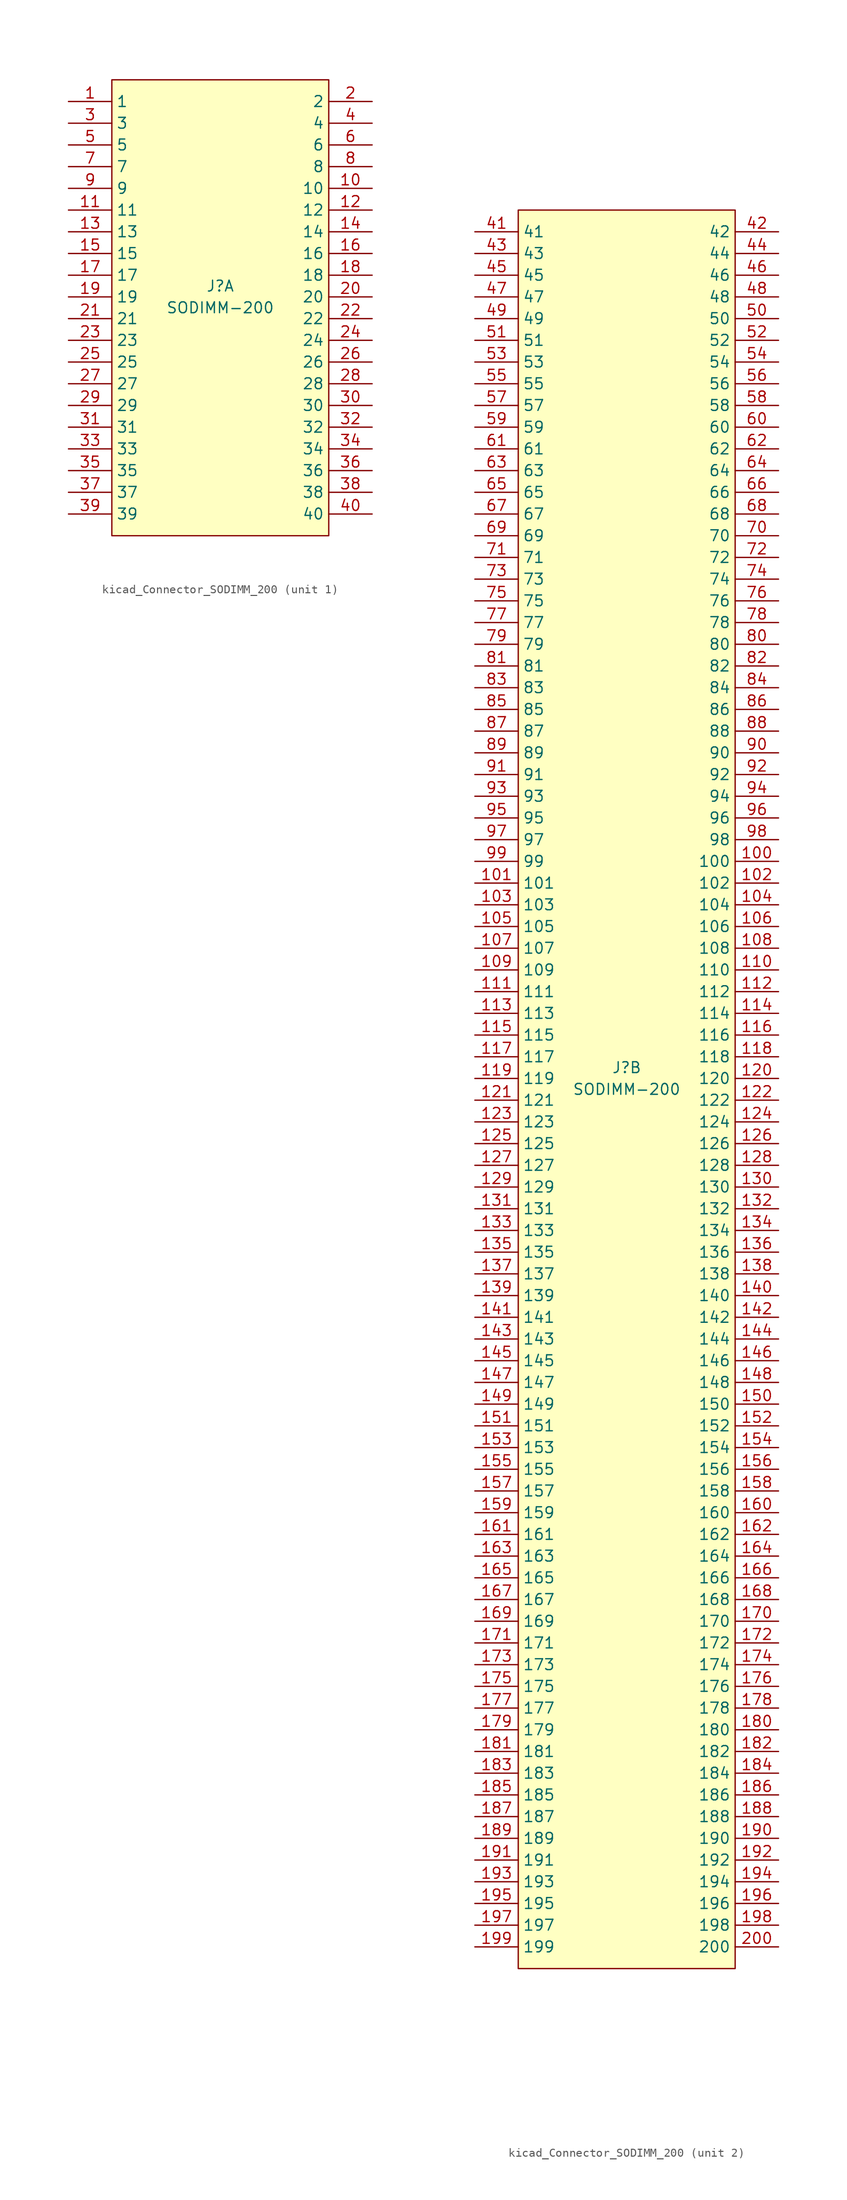
<source format=kicad_sym>
(kicad_symbol_lib
  (version 20220914)
  (generator kicad_symbol_editor)
  (symbol "kicad_Connector_SODIMM_200"
    (property "Reference" "J"
      (at 0 1.27 0)
      (effects (font (size 1.27 1.27))))
    (property "Value" "SODIMM-200"
      (at 0 -1.27 0)
      (effects (font (size 1.27 1.27))))
    (property "ki_locked" ""
      (at 0 0 0)
      (effects (font (size 1.27 1.27))))
    (symbol "kicad_Connector_SODIMM_200_1_1"
      (rectangle (start -12.7 25.4) (end 12.7 -27.94) (stroke (width 0) (type default)) (fill (type background)))
      (pin passive line (at -17.78 22.86 0) (length 5.08) (name "1" (effects (font (size 1.27 1.27)))) (number "1" (effects (font (size 1.27 1.27)))))
      (pin passive line (at 17.78 12.7 180) (length 5.08) (name "10" (effects (font (size 1.27 1.27)))) (number "10" (effects (font (size 1.27 1.27)))))
      (pin passive line (at -17.78 10.16 0) (length 5.08) (name "11" (effects (font (size 1.27 1.27)))) (number "11" (effects (font (size 1.27 1.27)))))
      (pin passive line (at 17.78 10.16 180) (length 5.08) (name "12" (effects (font (size 1.27 1.27)))) (number "12" (effects (font (size 1.27 1.27)))))
      (pin passive line (at -17.78 7.62 0) (length 5.08) (name "13" (effects (font (size 1.27 1.27)))) (number "13" (effects (font (size 1.27 1.27)))))
      (pin passive line (at 17.78 7.62 180) (length 5.08) (name "14" (effects (font (size 1.27 1.27)))) (number "14" (effects (font (size 1.27 1.27)))))
      (pin passive line (at -17.78 5.08 0) (length 5.08) (name "15" (effects (font (size 1.27 1.27)))) (number "15" (effects (font (size 1.27 1.27)))))
      (pin passive line (at 17.78 5.08 180) (length 5.08) (name "16" (effects (font (size 1.27 1.27)))) (number "16" (effects (font (size 1.27 1.27)))))
      (pin passive line (at -17.78 2.54 0) (length 5.08) (name "17" (effects (font (size 1.27 1.27)))) (number "17" (effects (font (size 1.27 1.27)))))
      (pin passive line (at 17.78 2.54 180) (length 5.08) (name "18" (effects (font (size 1.27 1.27)))) (number "18" (effects (font (size 1.27 1.27)))))
      (pin passive line (at -17.78 0 0) (length 5.08) (name "19" (effects (font (size 1.27 1.27)))) (number "19" (effects (font (size 1.27 1.27)))))
      (pin passive line (at 17.78 22.86 180) (length 5.08) (name "2" (effects (font (size 1.27 1.27)))) (number "2" (effects (font (size 1.27 1.27)))))
      (pin passive line (at 17.78 0 180) (length 5.08) (name "20" (effects (font (size 1.27 1.27)))) (number "20" (effects (font (size 1.27 1.27)))))
      (pin passive line (at -17.78 -2.54 0) (length 5.08) (name "21" (effects (font (size 1.27 1.27)))) (number "21" (effects (font (size 1.27 1.27)))))
      (pin passive line (at 17.78 -2.54 180) (length 5.08) (name "22" (effects (font (size 1.27 1.27)))) (number "22" (effects (font (size 1.27 1.27)))))
      (pin passive line (at -17.78 -5.08 0) (length 5.08) (name "23" (effects (font (size 1.27 1.27)))) (number "23" (effects (font (size 1.27 1.27)))))
      (pin passive line (at 17.78 -5.08 180) (length 5.08) (name "24" (effects (font (size 1.27 1.27)))) (number "24" (effects (font (size 1.27 1.27)))))
      (pin passive line (at -17.78 -7.62 0) (length 5.08) (name "25" (effects (font (size 1.27 1.27)))) (number "25" (effects (font (size 1.27 1.27)))))
      (pin passive line (at 17.78 -7.62 180) (length 5.08) (name "26" (effects (font (size 1.27 1.27)))) (number "26" (effects (font (size 1.27 1.27)))))
      (pin passive line (at -17.78 -10.16 0) (length 5.08) (name "27" (effects (font (size 1.27 1.27)))) (number "27" (effects (font (size 1.27 1.27)))))
      (pin passive line (at 17.78 -10.16 180) (length 5.08) (name "28" (effects (font (size 1.27 1.27)))) (number "28" (effects (font (size 1.27 1.27)))))
      (pin passive line (at -17.78 -12.7 0) (length 5.08) (name "29" (effects (font (size 1.27 1.27)))) (number "29" (effects (font (size 1.27 1.27)))))
      (pin passive line (at -17.78 20.32 0) (length 5.08) (name "3" (effects (font (size 1.27 1.27)))) (number "3" (effects (font (size 1.27 1.27)))))
      (pin passive line (at 17.78 -12.7 180) (length 5.08) (name "30" (effects (font (size 1.27 1.27)))) (number "30" (effects (font (size 1.27 1.27)))))
      (pin passive line (at -17.78 -15.24 0) (length 5.08) (name "31" (effects (font (size 1.27 1.27)))) (number "31" (effects (font (size 1.27 1.27)))))
      (pin passive line (at 17.78 -15.24 180) (length 5.08) (name "32" (effects (font (size 1.27 1.27)))) (number "32" (effects (font (size 1.27 1.27)))))
      (pin passive line (at -17.78 -17.78 0) (length 5.08) (name "33" (effects (font (size 1.27 1.27)))) (number "33" (effects (font (size 1.27 1.27)))))
      (pin passive line (at 17.78 -17.78 180) (length 5.08) (name "34" (effects (font (size 1.27 1.27)))) (number "34" (effects (font (size 1.27 1.27)))))
      (pin passive line (at -17.78 -20.32 0) (length 5.08) (name "35" (effects (font (size 1.27 1.27)))) (number "35" (effects (font (size 1.27 1.27)))))
      (pin passive line (at 17.78 -20.32 180) (length 5.08) (name "36" (effects (font (size 1.27 1.27)))) (number "36" (effects (font (size 1.27 1.27)))))
      (pin passive line (at -17.78 -22.86 0) (length 5.08) (name "37" (effects (font (size 1.27 1.27)))) (number "37" (effects (font (size 1.27 1.27)))))
      (pin passive line (at 17.78 -22.86 180) (length 5.08) (name "38" (effects (font (size 1.27 1.27)))) (number "38" (effects (font (size 1.27 1.27)))))
      (pin passive line (at -17.78 -25.4 0) (length 5.08) (name "39" (effects (font (size 1.27 1.27)))) (number "39" (effects (font (size 1.27 1.27)))))
      (pin passive line (at 17.78 20.32 180) (length 5.08) (name "4" (effects (font (size 1.27 1.27)))) (number "4" (effects (font (size 1.27 1.27)))))
      (pin passive line (at 17.78 -25.4 180) (length 5.08) (name "40" (effects (font (size 1.27 1.27)))) (number "40" (effects (font (size 1.27 1.27)))))
      (pin passive line (at -17.78 17.78 0) (length 5.08) (name "5" (effects (font (size 1.27 1.27)))) (number "5" (effects (font (size 1.27 1.27)))))
      (pin passive line (at 17.78 17.78 180) (length 5.08) (name "6" (effects (font (size 1.27 1.27)))) (number "6" (effects (font (size 1.27 1.27)))))
      (pin passive line (at -17.78 15.24 0) (length 5.08) (name "7" (effects (font (size 1.27 1.27)))) (number "7" (effects (font (size 1.27 1.27)))))
      (pin passive line (at 17.78 15.24 180) (length 5.08) (name "8" (effects (font (size 1.27 1.27)))) (number "8" (effects (font (size 1.27 1.27)))))
      (pin passive line (at -17.78 12.7 0) (length 5.08) (name "9" (effects (font (size 1.27 1.27)))) (number "9" (effects (font (size 1.27 1.27))))))
    (symbol "kicad_Connector_SODIMM_200_2_1"
      (rectangle (start -12.7 -104.14) (end 12.7 101.6) (stroke (width 0) (type default)) (fill (type background)))
      (pin passive line (at 17.78 25.4 180) (length 5.08) (name "100" (effects (font (size 1.27 1.27)))) (number "100" (effects (font (size 1.27 1.27)))))
      (pin passive line (at -17.78 22.86 0) (length 5.08) (name "101" (effects (font (size 1.27 1.27)))) (number "101" (effects (font (size 1.27 1.27)))))
      (pin passive line (at 17.78 22.86 180) (length 5.08) (name "102" (effects (font (size 1.27 1.27)))) (number "102" (effects (font (size 1.27 1.27)))))
      (pin passive line (at -17.78 20.32 0) (length 5.08) (name "103" (effects (font (size 1.27 1.27)))) (number "103" (effects (font (size 1.27 1.27)))))
      (pin passive line (at 17.78 20.32 180) (length 5.08) (name "104" (effects (font (size 1.27 1.27)))) (number "104" (effects (font (size 1.27 1.27)))))
      (pin passive line (at -17.78 17.78 0) (length 5.08) (name "105" (effects (font (size 1.27 1.27)))) (number "105" (effects (font (size 1.27 1.27)))))
      (pin passive line (at 17.78 17.78 180) (length 5.08) (name "106" (effects (font (size 1.27 1.27)))) (number "106" (effects (font (size 1.27 1.27)))))
      (pin passive line (at -17.78 15.24 0) (length 5.08) (name "107" (effects (font (size 1.27 1.27)))) (number "107" (effects (font (size 1.27 1.27)))))
      (pin passive line (at 17.78 15.24 180) (length 5.08) (name "108" (effects (font (size 1.27 1.27)))) (number "108" (effects (font (size 1.27 1.27)))))
      (pin passive line (at -17.78 12.7 0) (length 5.08) (name "109" (effects (font (size 1.27 1.27)))) (number "109" (effects (font (size 1.27 1.27)))))
      (pin passive line (at 17.78 12.7 180) (length 5.08) (name "110" (effects (font (size 1.27 1.27)))) (number "110" (effects (font (size 1.27 1.27)))))
      (pin passive line (at -17.78 10.16 0) (length 5.08) (name "111" (effects (font (size 1.27 1.27)))) (number "111" (effects (font (size 1.27 1.27)))))
      (pin passive line (at 17.78 10.16 180) (length 5.08) (name "112" (effects (font (size 1.27 1.27)))) (number "112" (effects (font (size 1.27 1.27)))))
      (pin passive line (at -17.78 7.62 0) (length 5.08) (name "113" (effects (font (size 1.27 1.27)))) (number "113" (effects (font (size 1.27 1.27)))))
      (pin passive line (at 17.78 7.62 180) (length 5.08) (name "114" (effects (font (size 1.27 1.27)))) (number "114" (effects (font (size 1.27 1.27)))))
      (pin passive line (at -17.78 5.08 0) (length 5.08) (name "115" (effects (font (size 1.27 1.27)))) (number "115" (effects (font (size 1.27 1.27)))))
      (pin passive line (at 17.78 5.08 180) (length 5.08) (name "116" (effects (font (size 1.27 1.27)))) (number "116" (effects (font (size 1.27 1.27)))))
      (pin passive line (at -17.78 2.54 0) (length 5.08) (name "117" (effects (font (size 1.27 1.27)))) (number "117" (effects (font (size 1.27 1.27)))))
      (pin passive line (at 17.78 2.54 180) (length 5.08) (name "118" (effects (font (size 1.27 1.27)))) (number "118" (effects (font (size 1.27 1.27)))))
      (pin passive line (at -17.78 0 0) (length 5.08) (name "119" (effects (font (size 1.27 1.27)))) (number "119" (effects (font (size 1.27 1.27)))))
      (pin passive line (at 17.78 0 180) (length 5.08) (name "120" (effects (font (size 1.27 1.27)))) (number "120" (effects (font (size 1.27 1.27)))))
      (pin passive line (at -17.78 -2.54 0) (length 5.08) (name "121" (effects (font (size 1.27 1.27)))) (number "121" (effects (font (size 1.27 1.27)))))
      (pin passive line (at 17.78 -2.54 180) (length 5.08) (name "122" (effects (font (size 1.27 1.27)))) (number "122" (effects (font (size 1.27 1.27)))))
      (pin passive line (at -17.78 -5.08 0) (length 5.08) (name "123" (effects (font (size 1.27 1.27)))) (number "123" (effects (font (size 1.27 1.27)))))
      (pin passive line (at 17.78 -5.08 180) (length 5.08) (name "124" (effects (font (size 1.27 1.27)))) (number "124" (effects (font (size 1.27 1.27)))))
      (pin passive line (at -17.78 -7.62 0) (length 5.08) (name "125" (effects (font (size 1.27 1.27)))) (number "125" (effects (font (size 1.27 1.27)))))
      (pin passive line (at 17.78 -7.62 180) (length 5.08) (name "126" (effects (font (size 1.27 1.27)))) (number "126" (effects (font (size 1.27 1.27)))))
      (pin passive line (at -17.78 -10.16 0) (length 5.08) (name "127" (effects (font (size 1.27 1.27)))) (number "127" (effects (font (size 1.27 1.27)))))
      (pin passive line (at 17.78 -10.16 180) (length 5.08) (name "128" (effects (font (size 1.27 1.27)))) (number "128" (effects (font (size 1.27 1.27)))))
      (pin passive line (at -17.78 -12.7 0) (length 5.08) (name "129" (effects (font (size 1.27 1.27)))) (number "129" (effects (font (size 1.27 1.27)))))
      (pin passive line (at 17.78 -12.7 180) (length 5.08) (name "130" (effects (font (size 1.27 1.27)))) (number "130" (effects (font (size 1.27 1.27)))))
      (pin passive line (at -17.78 -15.24 0) (length 5.08) (name "131" (effects (font (size 1.27 1.27)))) (number "131" (effects (font (size 1.27 1.27)))))
      (pin passive line (at 17.78 -15.24 180) (length 5.08) (name "132" (effects (font (size 1.27 1.27)))) (number "132" (effects (font (size 1.27 1.27)))))
      (pin passive line (at -17.78 -17.78 0) (length 5.08) (name "133" (effects (font (size 1.27 1.27)))) (number "133" (effects (font (size 1.27 1.27)))))
      (pin passive line (at 17.78 -17.78 180) (length 5.08) (name "134" (effects (font (size 1.27 1.27)))) (number "134" (effects (font (size 1.27 1.27)))))
      (pin passive line (at -17.78 -20.32 0) (length 5.08) (name "135" (effects (font (size 1.27 1.27)))) (number "135" (effects (font (size 1.27 1.27)))))
      (pin passive line (at 17.78 -20.32 180) (length 5.08) (name "136" (effects (font (size 1.27 1.27)))) (number "136" (effects (font (size 1.27 1.27)))))
      (pin passive line (at -17.78 -22.86 0) (length 5.08) (name "137" (effects (font (size 1.27 1.27)))) (number "137" (effects (font (size 1.27 1.27)))))
      (pin passive line (at 17.78 -22.86 180) (length 5.08) (name "138" (effects (font (size 1.27 1.27)))) (number "138" (effects (font (size 1.27 1.27)))))
      (pin passive line (at -17.78 -25.4 0) (length 5.08) (name "139" (effects (font (size 1.27 1.27)))) (number "139" (effects (font (size 1.27 1.27)))))
      (pin passive line (at 17.78 -25.4 180) (length 5.08) (name "140" (effects (font (size 1.27 1.27)))) (number "140" (effects (font (size 1.27 1.27)))))
      (pin passive line (at -17.78 -27.94 0) (length 5.08) (name "141" (effects (font (size 1.27 1.27)))) (number "141" (effects (font (size 1.27 1.27)))))
      (pin passive line (at 17.78 -27.94 180) (length 5.08) (name "142" (effects (font (size 1.27 1.27)))) (number "142" (effects (font (size 1.27 1.27)))))
      (pin passive line (at -17.78 -30.48 0) (length 5.08) (name "143" (effects (font (size 1.27 1.27)))) (number "143" (effects (font (size 1.27 1.27)))))
      (pin passive line (at 17.78 -30.48 180) (length 5.08) (name "144" (effects (font (size 1.27 1.27)))) (number "144" (effects (font (size 1.27 1.27)))))
      (pin passive line (at -17.78 -33.02 0) (length 5.08) (name "145" (effects (font (size 1.27 1.27)))) (number "145" (effects (font (size 1.27 1.27)))))
      (pin passive line (at 17.78 -33.02 180) (length 5.08) (name "146" (effects (font (size 1.27 1.27)))) (number "146" (effects (font (size 1.27 1.27)))))
      (pin passive line (at -17.78 -35.56 0) (length 5.08) (name "147" (effects (font (size 1.27 1.27)))) (number "147" (effects (font (size 1.27 1.27)))))
      (pin passive line (at 17.78 -35.56 180) (length 5.08) (name "148" (effects (font (size 1.27 1.27)))) (number "148" (effects (font (size 1.27 1.27)))))
      (pin passive line (at -17.78 -38.1 0) (length 5.08) (name "149" (effects (font (size 1.27 1.27)))) (number "149" (effects (font (size 1.27 1.27)))))
      (pin passive line (at 17.78 -38.1 180) (length 5.08) (name "150" (effects (font (size 1.27 1.27)))) (number "150" (effects (font (size 1.27 1.27)))))
      (pin passive line (at -17.78 -40.64 0) (length 5.08) (name "151" (effects (font (size 1.27 1.27)))) (number "151" (effects (font (size 1.27 1.27)))))
      (pin passive line (at 17.78 -40.64 180) (length 5.08) (name "152" (effects (font (size 1.27 1.27)))) (number "152" (effects (font (size 1.27 1.27)))))
      (pin passive line (at -17.78 -43.18 0) (length 5.08) (name "153" (effects (font (size 1.27 1.27)))) (number "153" (effects (font (size 1.27 1.27)))))
      (pin passive line (at 17.78 -43.18 180) (length 5.08) (name "154" (effects (font (size 1.27 1.27)))) (number "154" (effects (font (size 1.27 1.27)))))
      (pin passive line (at -17.78 -45.72 0) (length 5.08) (name "155" (effects (font (size 1.27 1.27)))) (number "155" (effects (font (size 1.27 1.27)))))
      (pin passive line (at 17.78 -45.72 180) (length 5.08) (name "156" (effects (font (size 1.27 1.27)))) (number "156" (effects (font (size 1.27 1.27)))))
      (pin passive line (at -17.78 -48.26 0) (length 5.08) (name "157" (effects (font (size 1.27 1.27)))) (number "157" (effects (font (size 1.27 1.27)))))
      (pin passive line (at 17.78 -48.26 180) (length 5.08) (name "158" (effects (font (size 1.27 1.27)))) (number "158" (effects (font (size 1.27 1.27)))))
      (pin passive line (at -17.78 -50.8 0) (length 5.08) (name "159" (effects (font (size 1.27 1.27)))) (number "159" (effects (font (size 1.27 1.27)))))
      (pin passive line (at 17.78 -50.8 180) (length 5.08) (name "160" (effects (font (size 1.27 1.27)))) (number "160" (effects (font (size 1.27 1.27)))))
      (pin passive line (at -17.78 -53.34 0) (length 5.08) (name "161" (effects (font (size 1.27 1.27)))) (number "161" (effects (font (size 1.27 1.27)))))
      (pin passive line (at 17.78 -53.34 180) (length 5.08) (name "162" (effects (font (size 1.27 1.27)))) (number "162" (effects (font (size 1.27 1.27)))))
      (pin passive line (at -17.78 -55.88 0) (length 5.08) (name "163" (effects (font (size 1.27 1.27)))) (number "163" (effects (font (size 1.27 1.27)))))
      (pin passive line (at 17.78 -55.88 180) (length 5.08) (name "164" (effects (font (size 1.27 1.27)))) (number "164" (effects (font (size 1.27 1.27)))))
      (pin passive line (at -17.78 -58.42 0) (length 5.08) (name "165" (effects (font (size 1.27 1.27)))) (number "165" (effects (font (size 1.27 1.27)))))
      (pin passive line (at 17.78 -58.42 180) (length 5.08) (name "166" (effects (font (size 1.27 1.27)))) (number "166" (effects (font (size 1.27 1.27)))))
      (pin passive line (at -17.78 -60.96 0) (length 5.08) (name "167" (effects (font (size 1.27 1.27)))) (number "167" (effects (font (size 1.27 1.27)))))
      (pin passive line (at 17.78 -60.96 180) (length 5.08) (name "168" (effects (font (size 1.27 1.27)))) (number "168" (effects (font (size 1.27 1.27)))))
      (pin passive line (at -17.78 -63.5 0) (length 5.08) (name "169" (effects (font (size 1.27 1.27)))) (number "169" (effects (font (size 1.27 1.27)))))
      (pin passive line (at 17.78 -63.5 180) (length 5.08) (name "170" (effects (font (size 1.27 1.27)))) (number "170" (effects (font (size 1.27 1.27)))))
      (pin passive line (at -17.78 -66.04 0) (length 5.08) (name "171" (effects (font (size 1.27 1.27)))) (number "171" (effects (font (size 1.27 1.27)))))
      (pin passive line (at 17.78 -66.04 180) (length 5.08) (name "172" (effects (font (size 1.27 1.27)))) (number "172" (effects (font (size 1.27 1.27)))))
      (pin passive line (at -17.78 -68.58 0) (length 5.08) (name "173" (effects (font (size 1.27 1.27)))) (number "173" (effects (font (size 1.27 1.27)))))
      (pin passive line (at 17.78 -68.58 180) (length 5.08) (name "174" (effects (font (size 1.27 1.27)))) (number "174" (effects (font (size 1.27 1.27)))))
      (pin passive line (at -17.78 -71.12 0) (length 5.08) (name "175" (effects (font (size 1.27 1.27)))) (number "175" (effects (font (size 1.27 1.27)))))
      (pin passive line (at 17.78 -71.12 180) (length 5.08) (name "176" (effects (font (size 1.27 1.27)))) (number "176" (effects (font (size 1.27 1.27)))))
      (pin passive line (at -17.78 -73.66 0) (length 5.08) (name "177" (effects (font (size 1.27 1.27)))) (number "177" (effects (font (size 1.27 1.27)))))
      (pin passive line (at 17.78 -73.66 180) (length 5.08) (name "178" (effects (font (size 1.27 1.27)))) (number "178" (effects (font (size 1.27 1.27)))))
      (pin passive line (at -17.78 -76.2 0) (length 5.08) (name "179" (effects (font (size 1.27 1.27)))) (number "179" (effects (font (size 1.27 1.27)))))
      (pin passive line (at 17.78 -76.2 180) (length 5.08) (name "180" (effects (font (size 1.27 1.27)))) (number "180" (effects (font (size 1.27 1.27)))))
      (pin passive line (at -17.78 -78.74 0) (length 5.08) (name "181" (effects (font (size 1.27 1.27)))) (number "181" (effects (font (size 1.27 1.27)))))
      (pin passive line (at 17.78 -78.74 180) (length 5.08) (name "182" (effects (font (size 1.27 1.27)))) (number "182" (effects (font (size 1.27 1.27)))))
      (pin passive line (at -17.78 -81.28 0) (length 5.08) (name "183" (effects (font (size 1.27 1.27)))) (number "183" (effects (font (size 1.27 1.27)))))
      (pin passive line (at 17.78 -81.28 180) (length 5.08) (name "184" (effects (font (size 1.27 1.27)))) (number "184" (effects (font (size 1.27 1.27)))))
      (pin passive line (at -17.78 -83.82 0) (length 5.08) (name "185" (effects (font (size 1.27 1.27)))) (number "185" (effects (font (size 1.27 1.27)))))
      (pin passive line (at 17.78 -83.82 180) (length 5.08) (name "186" (effects (font (size 1.27 1.27)))) (number "186" (effects (font (size 1.27 1.27)))))
      (pin passive line (at -17.78 -86.36 0) (length 5.08) (name "187" (effects (font (size 1.27 1.27)))) (number "187" (effects (font (size 1.27 1.27)))))
      (pin passive line (at 17.78 -86.36 180) (length 5.08) (name "188" (effects (font (size 1.27 1.27)))) (number "188" (effects (font (size 1.27 1.27)))))
      (pin passive line (at -17.78 -88.9 0) (length 5.08) (name "189" (effects (font (size 1.27 1.27)))) (number "189" (effects (font (size 1.27 1.27)))))
      (pin passive line (at 17.78 -88.9 180) (length 5.08) (name "190" (effects (font (size 1.27 1.27)))) (number "190" (effects (font (size 1.27 1.27)))))
      (pin passive line (at -17.78 -91.44 0) (length 5.08) (name "191" (effects (font (size 1.27 1.27)))) (number "191" (effects (font (size 1.27 1.27)))))
      (pin passive line (at 17.78 -91.44 180) (length 5.08) (name "192" (effects (font (size 1.27 1.27)))) (number "192" (effects (font (size 1.27 1.27)))))
      (pin passive line (at -17.78 -93.98 0) (length 5.08) (name "193" (effects (font (size 1.27 1.27)))) (number "193" (effects (font (size 1.27 1.27)))))
      (pin passive line (at 17.78 -93.98 180) (length 5.08) (name "194" (effects (font (size 1.27 1.27)))) (number "194" (effects (font (size 1.27 1.27)))))
      (pin passive line (at -17.78 -96.52 0) (length 5.08) (name "195" (effects (font (size 1.27 1.27)))) (number "195" (effects (font (size 1.27 1.27)))))
      (pin passive line (at 17.78 -96.52 180) (length 5.08) (name "196" (effects (font (size 1.27 1.27)))) (number "196" (effects (font (size 1.27 1.27)))))
      (pin passive line (at -17.78 -99.06 0) (length 5.08) (name "197" (effects (font (size 1.27 1.27)))) (number "197" (effects (font (size 1.27 1.27)))))
      (pin passive line (at 17.78 -99.06 180) (length 5.08) (name "198" (effects (font (size 1.27 1.27)))) (number "198" (effects (font (size 1.27 1.27)))))
      (pin passive line (at -17.78 -101.6 0) (length 5.08) (name "199" (effects (font (size 1.27 1.27)))) (number "199" (effects (font (size 1.27 1.27)))))
      (pin passive line (at 17.78 -101.6 180) (length 5.08) (name "200" (effects (font (size 1.27 1.27)))) (number "200" (effects (font (size 1.27 1.27)))))
      (pin passive line (at -17.78 99.06 0) (length 5.08) (name "41" (effects (font (size 1.27 1.27)))) (number "41" (effects (font (size 1.27 1.27)))))
      (pin passive line (at 17.78 99.06 180) (length 5.08) (name "42" (effects (font (size 1.27 1.27)))) (number "42" (effects (font (size 1.27 1.27)))))
      (pin passive line (at -17.78 96.52 0) (length 5.08) (name "43" (effects (font (size 1.27 1.27)))) (number "43" (effects (font (size 1.27 1.27)))))
      (pin passive line (at 17.78 96.52 180) (length 5.08) (name "44" (effects (font (size 1.27 1.27)))) (number "44" (effects (font (size 1.27 1.27)))))
      (pin passive line (at -17.78 93.98 0) (length 5.08) (name "45" (effects (font (size 1.27 1.27)))) (number "45" (effects (font (size 1.27 1.27)))))
      (pin passive line (at 17.78 93.98 180) (length 5.08) (name "46" (effects (font (size 1.27 1.27)))) (number "46" (effects (font (size 1.27 1.27)))))
      (pin passive line (at -17.78 91.44 0) (length 5.08) (name "47" (effects (font (size 1.27 1.27)))) (number "47" (effects (font (size 1.27 1.27)))))
      (pin passive line (at 17.78 91.44 180) (length 5.08) (name "48" (effects (font (size 1.27 1.27)))) (number "48" (effects (font (size 1.27 1.27)))))
      (pin passive line (at -17.78 88.9 0) (length 5.08) (name "49" (effects (font (size 1.27 1.27)))) (number "49" (effects (font (size 1.27 1.27)))))
      (pin passive line (at 17.78 88.9 180) (length 5.08) (name "50" (effects (font (size 1.27 1.27)))) (number "50" (effects (font (size 1.27 1.27)))))
      (pin passive line (at -17.78 86.36 0) (length 5.08) (name "51" (effects (font (size 1.27 1.27)))) (number "51" (effects (font (size 1.27 1.27)))))
      (pin passive line (at 17.78 86.36 180) (length 5.08) (name "52" (effects (font (size 1.27 1.27)))) (number "52" (effects (font (size 1.27 1.27)))))
      (pin passive line (at -17.78 83.82 0) (length 5.08) (name "53" (effects (font (size 1.27 1.27)))) (number "53" (effects (font (size 1.27 1.27)))))
      (pin passive line (at 17.78 83.82 180) (length 5.08) (name "54" (effects (font (size 1.27 1.27)))) (number "54" (effects (font (size 1.27 1.27)))))
      (pin passive line (at -17.78 81.28 0) (length 5.08) (name "55" (effects (font (size 1.27 1.27)))) (number "55" (effects (font (size 1.27 1.27)))))
      (pin passive line (at 17.78 81.28 180) (length 5.08) (name "56" (effects (font (size 1.27 1.27)))) (number "56" (effects (font (size 1.27 1.27)))))
      (pin passive line (at -17.78 78.74 0) (length 5.08) (name "57" (effects (font (size 1.27 1.27)))) (number "57" (effects (font (size 1.27 1.27)))))
      (pin passive line (at 17.78 78.74 180) (length 5.08) (name "58" (effects (font (size 1.27 1.27)))) (number "58" (effects (font (size 1.27 1.27)))))
      (pin passive line (at -17.78 76.2 0) (length 5.08) (name "59" (effects (font (size 1.27 1.27)))) (number "59" (effects (font (size 1.27 1.27)))))
      (pin passive line (at 17.78 76.2 180) (length 5.08) (name "60" (effects (font (size 1.27 1.27)))) (number "60" (effects (font (size 1.27 1.27)))))
      (pin passive line (at -17.78 73.66 0) (length 5.08) (name "61" (effects (font (size 1.27 1.27)))) (number "61" (effects (font (size 1.27 1.27)))))
      (pin passive line (at 17.78 73.66 180) (length 5.08) (name "62" (effects (font (size 1.27 1.27)))) (number "62" (effects (font (size 1.27 1.27)))))
      (pin passive line (at -17.78 71.12 0) (length 5.08) (name "63" (effects (font (size 1.27 1.27)))) (number "63" (effects (font (size 1.27 1.27)))))
      (pin passive line (at 17.78 71.12 180) (length 5.08) (name "64" (effects (font (size 1.27 1.27)))) (number "64" (effects (font (size 1.27 1.27)))))
      (pin passive line (at -17.78 68.58 0) (length 5.08) (name "65" (effects (font (size 1.27 1.27)))) (number "65" (effects (font (size 1.27 1.27)))))
      (pin passive line (at 17.78 68.58 180) (length 5.08) (name "66" (effects (font (size 1.27 1.27)))) (number "66" (effects (font (size 1.27 1.27)))))
      (pin passive line (at -17.78 66.04 0) (length 5.08) (name "67" (effects (font (size 1.27 1.27)))) (number "67" (effects (font (size 1.27 1.27)))))
      (pin passive line (at 17.78 66.04 180) (length 5.08) (name "68" (effects (font (size 1.27 1.27)))) (number "68" (effects (font (size 1.27 1.27)))))
      (pin passive line (at -17.78 63.5 0) (length 5.08) (name "69" (effects (font (size 1.27 1.27)))) (number "69" (effects (font (size 1.27 1.27)))))
      (pin passive line (at 17.78 63.5 180) (length 5.08) (name "70" (effects (font (size 1.27 1.27)))) (number "70" (effects (font (size 1.27 1.27)))))
      (pin passive line (at -17.78 60.96 0) (length 5.08) (name "71" (effects (font (size 1.27 1.27)))) (number "71" (effects (font (size 1.27 1.27)))))
      (pin passive line (at 17.78 60.96 180) (length 5.08) (name "72" (effects (font (size 1.27 1.27)))) (number "72" (effects (font (size 1.27 1.27)))))
      (pin passive line (at -17.78 58.42 0) (length 5.08) (name "73" (effects (font (size 1.27 1.27)))) (number "73" (effects (font (size 1.27 1.27)))))
      (pin passive line (at 17.78 58.42 180) (length 5.08) (name "74" (effects (font (size 1.27 1.27)))) (number "74" (effects (font (size 1.27 1.27)))))
      (pin passive line (at -17.78 55.88 0) (length 5.08) (name "75" (effects (font (size 1.27 1.27)))) (number "75" (effects (font (size 1.27 1.27)))))
      (pin passive line (at 17.78 55.88 180) (length 5.08) (name "76" (effects (font (size 1.27 1.27)))) (number "76" (effects (font (size 1.27 1.27)))))
      (pin passive line (at -17.78 53.34 0) (length 5.08) (name "77" (effects (font (size 1.27 1.27)))) (number "77" (effects (font (size 1.27 1.27)))))
      (pin passive line (at 17.78 53.34 180) (length 5.08) (name "78" (effects (font (size 1.27 1.27)))) (number "78" (effects (font (size 1.27 1.27)))))
      (pin passive line (at -17.78 50.8 0) (length 5.08) (name "79" (effects (font (size 1.27 1.27)))) (number "79" (effects (font (size 1.27 1.27)))))
      (pin passive line (at 17.78 50.8 180) (length 5.08) (name "80" (effects (font (size 1.27 1.27)))) (number "80" (effects (font (size 1.27 1.27)))))
      (pin passive line (at -17.78 48.26 0) (length 5.08) (name "81" (effects (font (size 1.27 1.27)))) (number "81" (effects (font (size 1.27 1.27)))))
      (pin passive line (at 17.78 48.26 180) (length 5.08) (name "82" (effects (font (size 1.27 1.27)))) (number "82" (effects (font (size 1.27 1.27)))))
      (pin passive line (at -17.78 45.72 0) (length 5.08) (name "83" (effects (font (size 1.27 1.27)))) (number "83" (effects (font (size 1.27 1.27)))))
      (pin passive line (at 17.78 45.72 180) (length 5.08) (name "84" (effects (font (size 1.27 1.27)))) (number "84" (effects (font (size 1.27 1.27)))))
      (pin passive line (at -17.78 43.18 0) (length 5.08) (name "85" (effects (font (size 1.27 1.27)))) (number "85" (effects (font (size 1.27 1.27)))))
      (pin passive line (at 17.78 43.18 180) (length 5.08) (name "86" (effects (font (size 1.27 1.27)))) (number "86" (effects (font (size 1.27 1.27)))))
      (pin passive line (at -17.78 40.64 0) (length 5.08) (name "87" (effects (font (size 1.27 1.27)))) (number "87" (effects (font (size 1.27 1.27)))))
      (pin passive line (at 17.78 40.64 180) (length 5.08) (name "88" (effects (font (size 1.27 1.27)))) (number "88" (effects (font (size 1.27 1.27)))))
      (pin passive line (at -17.78 38.1 0) (length 5.08) (name "89" (effects (font (size 1.27 1.27)))) (number "89" (effects (font (size 1.27 1.27)))))
      (pin passive line (at 17.78 38.1 180) (length 5.08) (name "90" (effects (font (size 1.27 1.27)))) (number "90" (effects (font (size 1.27 1.27)))))
      (pin passive line (at -17.78 35.56 0) (length 5.08) (name "91" (effects (font (size 1.27 1.27)))) (number "91" (effects (font (size 1.27 1.27)))))
      (pin passive line (at 17.78 35.56 180) (length 5.08) (name "92" (effects (font (size 1.27 1.27)))) (number "92" (effects (font (size 1.27 1.27)))))
      (pin passive line (at -17.78 33.02 0) (length 5.08) (name "93" (effects (font (size 1.27 1.27)))) (number "93" (effects (font (size 1.27 1.27)))))
      (pin passive line (at 17.78 33.02 180) (length 5.08) (name "94" (effects (font (size 1.27 1.27)))) (number "94" (effects (font (size 1.27 1.27)))))
      (pin passive line (at -17.78 30.48 0) (length 5.08) (name "95" (effects (font (size 1.27 1.27)))) (number "95" (effects (font (size 1.27 1.27)))))
      (pin passive line (at 17.78 30.48 180) (length 5.08) (name "96" (effects (font (size 1.27 1.27)))) (number "96" (effects (font (size 1.27 1.27)))))
      (pin passive line (at -17.78 27.94 0) (length 5.08) (name "97" (effects (font (size 1.27 1.27)))) (number "97" (effects (font (size 1.27 1.27)))))
      (pin passive line (at 17.78 27.94 180) (length 5.08) (name "98" (effects (font (size 1.27 1.27)))) (number "98" (effects (font (size 1.27 1.27)))))
      (pin passive line (at -17.78 25.4 0) (length 5.08) (name "99" (effects (font (size 1.27 1.27)))) (number "99" (effects (font (size 1.27 1.27))))))))
</source>
